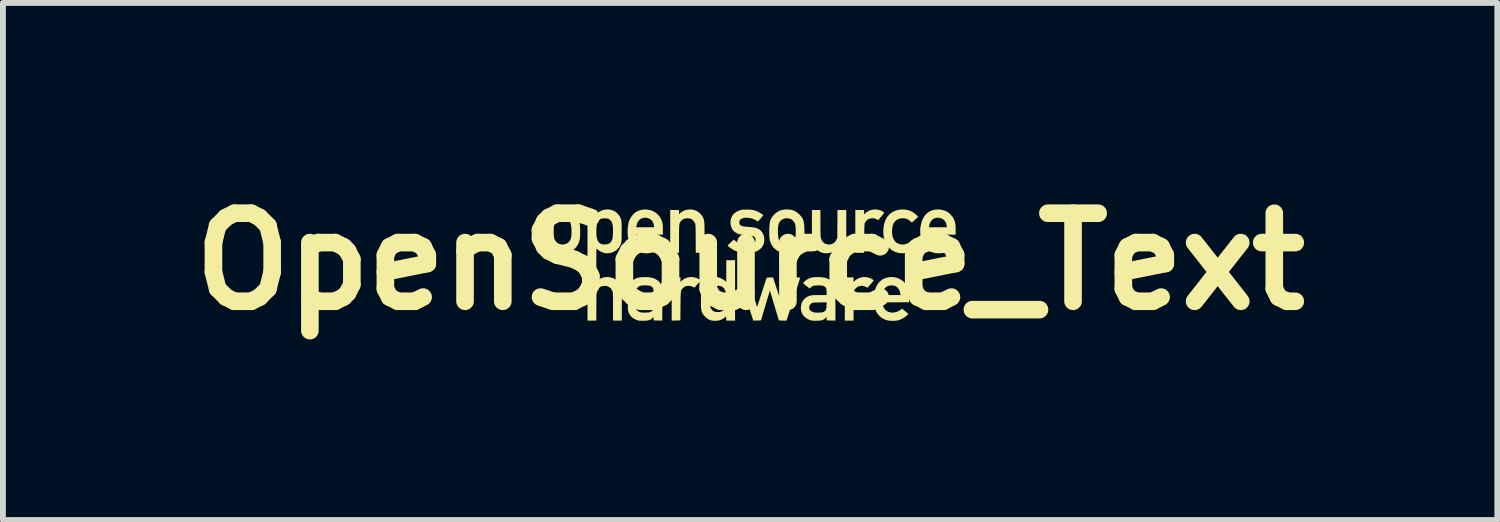
<source format=kicad_pcb>
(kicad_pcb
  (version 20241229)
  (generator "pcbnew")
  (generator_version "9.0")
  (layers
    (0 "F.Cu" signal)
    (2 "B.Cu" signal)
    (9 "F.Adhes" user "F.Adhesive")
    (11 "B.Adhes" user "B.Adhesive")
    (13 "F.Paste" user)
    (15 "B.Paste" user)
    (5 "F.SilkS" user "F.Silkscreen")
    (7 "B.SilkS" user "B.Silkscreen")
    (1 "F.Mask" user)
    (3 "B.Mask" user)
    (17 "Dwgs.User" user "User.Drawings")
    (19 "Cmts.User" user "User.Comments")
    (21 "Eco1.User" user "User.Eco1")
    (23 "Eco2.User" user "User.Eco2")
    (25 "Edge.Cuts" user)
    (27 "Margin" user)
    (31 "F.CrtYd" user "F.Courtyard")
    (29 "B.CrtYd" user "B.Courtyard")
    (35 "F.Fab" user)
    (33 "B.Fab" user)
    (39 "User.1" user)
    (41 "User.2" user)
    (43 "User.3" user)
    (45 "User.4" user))
  (footprint "OpenSource_Text"
    (layer "F.Cu")
    (at 9.729 1.404)
    (property "Reference" "OpenSource_Text" (at 0 0 0) (layer "F.SilkS") (effects (font (size 1.5 1.5) (thickness 0.3))))
    (attr board_only exclude_from_pos_files exclude_from_bom)
    (fp_poly (pts (xy 1.999 0.271) (xy 2.043 0.284) (xy 2.085 0.306) (xy 2.089 0.309) (xy 2.107 0.321) (xy 2.054 0.384) (xy 2.036 0.405) (xy 2.02 0.423) (xy 2.008 0.437) (xy 2 0.445) (xy 1.997 0.446) (xy 1.991 0.443) (xy 1.979 0.437) (xy 1.964 0.43) (xy 1.929 0.417) (xy 1.893 0.414) (xy 1.859 0.42) (xy 1.827 0.434) (xy 1.8 0.457) (xy 1.791 0.466) (xy 1.784 0.474) (xy 1.779 0.483) (xy 1.774 0.493) (xy 1.77 0.505) (xy 1.767 0.521) (xy 1.765 0.54) (xy 1.763 0.564) (xy 1.762 0.594) (xy 1.762 0.63) (xy 1.762 0.674) (xy 1.761 0.726) (xy 1.761 0.77) (xy 1.761 1.007) (xy 1.687 1.007) (xy 1.612 1.007) (xy 1.612 0.64) (xy 1.612 0.272) (xy 1.687 0.272) (xy 1.761 0.272) (xy 1.761 0.311) (xy 1.761 0.349) (xy 1.787 0.325) (xy 1.823 0.298) (xy 1.863 0.279) (xy 1.907 0.268) (xy 1.953 0.265)) (stroke (width 0) (type solid)) (fill yes) (layer "F.SilkS"))
    (fp_poly (pts (xy 2.175 -0.883) (xy 2.219 -0.871) (xy 2.249 -0.857) (xy 2.264 -0.848) (xy 2.274 -0.841) (xy 2.279 -0.834) (xy 2.279 -0.826) (xy 2.274 -0.815) (xy 2.263 -0.8) (xy 2.245 -0.78) (xy 2.233 -0.765) (xy 2.18 -0.702) (xy 2.162 -0.714) (xy 2.133 -0.729) (xy 2.103 -0.736) (xy 2.072 -0.736) (xy 2.035 -0.729) (xy 2.003 -0.714) (xy 1.977 -0.692) (xy 1.958 -0.664) (xy 1.953 -0.653) (xy 1.951 -0.647) (xy 1.949 -0.639) (xy 1.948 -0.63) (xy 1.947 -0.618) (xy 1.946 -0.601) (xy 1.945 -0.58) (xy 1.944 -0.553) (xy 1.944 -0.52) (xy 1.943 -0.479) (xy 1.943 -0.429) (xy 1.942 -0.389) (xy 1.941 -0.147) (xy 1.866 -0.147) (xy 1.791 -0.147) (xy 1.791 -0.512) (xy 1.791 -0.877) (xy 1.866 -0.877) (xy 1.941 -0.877) (xy 1.941 -0.84) (xy 1.941 -0.802) (xy 1.964 -0.824) (xy 1.999 -0.851) (xy 2.04 -0.871) (xy 2.084 -0.883) (xy 2.129 -0.887)) (stroke (width 0) (type solid)) (fill yes) (layer "F.SilkS"))
    (fp_poly (pts (xy -0.949 0.271) (xy -0.905 0.284) (xy -0.863 0.307) (xy -0.86 0.309) (xy -0.841 0.321) (xy -0.895 0.384) (xy -0.913 0.405) (xy -0.928 0.423) (xy -0.941 0.437) (xy -0.949 0.445) (xy -0.951 0.446) (xy -0.957 0.443) (xy -0.969 0.437) (xy -0.984 0.43) (xy -1.005 0.421) (xy -1.024 0.416) (xy -1.045 0.415) (xy -1.047 0.415) (xy -1.079 0.417) (xy -1.106 0.425) (xy -1.13 0.44) (xy -1.141 0.449) (xy -1.15 0.458) (xy -1.158 0.465) (xy -1.165 0.473) (xy -1.17 0.482) (xy -1.174 0.493) (xy -1.178 0.506) (xy -1.18 0.523) (xy -1.182 0.545) (xy -1.184 0.572) (xy -1.185 0.605) (xy -1.186 0.646) (xy -1.186 0.694) (xy -1.187 0.752) (xy -1.187 0.76) (xy -1.189 1.004) (xy -1.263 1.006) (xy -1.337 1.007) (xy -1.337 0.64) (xy -1.337 0.272) (xy -1.262 0.272) (xy -1.187 0.272) (xy -1.187 0.311) (xy -1.187 0.349) (xy -1.162 0.325) (xy -1.126 0.298) (xy -1.085 0.279) (xy -1.041 0.268) (xy -0.995 0.265)) (stroke (width 0) (type solid)) (fill yes) (layer "F.SilkS"))
    (fp_poly (pts (xy 1.197 -0.658) (xy 1.197 -0.599) (xy 1.197 -0.55) (xy 1.198 -0.509) (xy 1.199 -0.474) (xy 1.2 -0.446) (xy 1.201 -0.424) (xy 1.204 -0.406) (xy 1.206 -0.391) (xy 1.21 -0.379) (xy 1.214 -0.368) (xy 1.217 -0.362) (xy 1.237 -0.333) (xy 1.263 -0.311) (xy 1.295 -0.296) (xy 1.329 -0.289) (xy 1.365 -0.29) (xy 1.382 -0.294) (xy 1.414 -0.307) (xy 1.439 -0.325) (xy 1.459 -0.351) (xy 1.467 -0.366) (xy 1.484 -0.4) (xy 1.486 -0.638) (xy 1.487 -0.877) (xy 1.562 -0.877) (xy 1.637 -0.877) (xy 1.637 -0.512) (xy 1.637 -0.147) (xy 1.562 -0.147) (xy 1.487 -0.147) (xy 1.487 -0.185) (xy 1.487 -0.223) (xy 1.462 -0.202) (xy 1.423 -0.172) (xy 1.379 -0.152) (xy 1.333 -0.141) (xy 1.285 -0.139) (xy 1.241 -0.145) (xy 1.201 -0.159) (xy 1.163 -0.18) (xy 1.128 -0.206) (xy 1.1 -0.236) (xy 1.081 -0.265) (xy 1.074 -0.277) (xy 1.069 -0.288) (xy 1.065 -0.299) (xy 1.062 -0.311) (xy 1.059 -0.324) (xy 1.056 -0.34) (xy 1.055 -0.359) (xy 1.054 -0.383) (xy 1.053 -0.412) (xy 1.052 -0.447) (xy 1.052 -0.489) (xy 1.052 -0.539) (xy 1.052 -0.599) (xy 1.052 -0.611) (xy 1.052 -0.877) (xy 1.124 -0.877) (xy 1.197 -0.877)) (stroke (width 0) (type solid)) (fill yes) (layer "F.SilkS"))
    (fp_poly (pts (xy -0.975 -0.882) (xy -0.932 -0.869) (xy -0.892 -0.849) (xy -0.856 -0.821) (xy -0.826 -0.787) (xy -0.808 -0.758) (xy -0.801 -0.746) (xy -0.796 -0.734) (xy -0.791 -0.721) (xy -0.788 -0.708) (xy -0.785 -0.692) (xy -0.782 -0.674) (xy -0.78 -0.651) (xy -0.779 -0.623) (xy -0.778 -0.59) (xy -0.778 -0.55) (xy -0.777 -0.503) (xy -0.777 -0.447) (xy -0.777 -0.404) (xy -0.777 -0.147) (xy -0.852 -0.147) (xy -0.927 -0.147) (xy -0.928 -0.389) (xy -0.928 -0.444) (xy -0.929 -0.49) (xy -0.929 -0.528) (xy -0.929 -0.559) (xy -0.93 -0.583) (xy -0.931 -0.603) (xy -0.932 -0.617) (xy -0.933 -0.628) (xy -0.934 -0.637) (xy -0.936 -0.643) (xy -0.938 -0.649) (xy -0.941 -0.655) (xy -0.961 -0.687) (xy -0.987 -0.713) (xy -1.004 -0.724) (xy -1.017 -0.729) (xy -1.031 -0.733) (xy -1.049 -0.734) (xy -1.069 -0.735) (xy -1.092 -0.734) (xy -1.108 -0.733) (xy -1.121 -0.729) (xy -1.134 -0.724) (xy -1.141 -0.72) (xy -1.159 -0.708) (xy -1.175 -0.693) (xy -1.182 -0.685) (xy -1.189 -0.676) (xy -1.194 -0.667) (xy -1.199 -0.658) (xy -1.202 -0.647) (xy -1.205 -0.633) (xy -1.208 -0.617) (xy -1.209 -0.596) (xy -1.21 -0.57) (xy -1.211 -0.537) (xy -1.212 -0.498) (xy -1.212 -0.451) (xy -1.212 -0.395) (xy -1.212 -0.381) (xy -1.212 -0.147) (xy -1.287 -0.147) (xy -1.362 -0.147) (xy -1.362 -0.512) (xy -1.362 -0.877) (xy -1.287 -0.877) (xy -1.212 -0.877) (xy -1.212 -0.842) (xy -1.212 -0.806) (xy -1.188 -0.827) (xy -1.15 -0.855) (xy -1.108 -0.874) (xy -1.064 -0.884) (xy -1.019 -0.887)) (stroke (width 0) (type solid)) (fill yes) (layer "F.SilkS"))
    (fp_poly (pts (xy 2.615 -0.886) (xy 2.662 -0.881) (xy 2.702 -0.871) (xy 2.74 -0.856) (xy 2.766 -0.842) (xy 2.782 -0.832) (xy 2.8 -0.818) (xy 2.818 -0.804) (xy 2.835 -0.789) (xy 2.849 -0.776) (xy 2.858 -0.766) (xy 2.861 -0.762) (xy 2.857 -0.757) (xy 2.848 -0.747) (xy 2.833 -0.733) (xy 2.815 -0.717) (xy 2.808 -0.71) (xy 2.754 -0.662) (xy 2.73 -0.685) (xy 2.696 -0.711) (xy 2.659 -0.728) (xy 2.618 -0.736) (xy 2.61 -0.736) (xy 2.565 -0.734) (xy 2.526 -0.724) (xy 2.492 -0.706) (xy 2.464 -0.68) (xy 2.443 -0.647) (xy 2.427 -0.606) (xy 2.419 -0.558) (xy 2.416 -0.511) (xy 2.419 -0.461) (xy 2.429 -0.415) (xy 2.445 -0.376) (xy 2.467 -0.343) (xy 2.494 -0.318) (xy 2.525 -0.302) (xy 2.569 -0.29) (xy 2.612 -0.288) (xy 2.653 -0.296) (xy 2.693 -0.314) (xy 2.732 -0.342) (xy 2.736 -0.346) (xy 2.756 -0.363) (xy 2.804 -0.32) (xy 2.823 -0.303) (xy 2.839 -0.289) (xy 2.851 -0.278) (xy 2.857 -0.272) (xy 2.858 -0.272) (xy 2.858 -0.266) (xy 2.852 -0.255) (xy 2.839 -0.241) (xy 2.822 -0.225) (xy 2.802 -0.209) (xy 2.78 -0.193) (xy 2.757 -0.179) (xy 2.756 -0.178) (xy 2.711 -0.159) (xy 2.662 -0.146) (xy 2.61 -0.14) (xy 2.559 -0.141) (xy 2.534 -0.144) (xy 2.477 -0.16) (xy 2.427 -0.183) (xy 2.384 -0.214) (xy 2.347 -0.251) (xy 2.317 -0.297) (xy 2.294 -0.349) (xy 2.278 -0.408) (xy 2.271 -0.45) (xy 2.268 -0.514) (xy 2.272 -0.579) (xy 2.282 -0.637) (xy 2.299 -0.693) (xy 2.325 -0.743) (xy 2.357 -0.786) (xy 2.395 -0.822) (xy 2.44 -0.85) (xy 2.49 -0.871) (xy 2.544 -0.883) (xy 2.603 -0.886)) (stroke (width 0) (type solid)) (fill yes) (layer "F.SilkS"))
    (fp_poly (pts (xy 2.461 0.269) (xy 2.51 0.282) (xy 2.556 0.303) (xy 2.598 0.33) (xy 2.635 0.365) (xy 2.665 0.406) (xy 2.688 0.452) (xy 2.688 0.454) (xy 2.7 0.493) (xy 2.707 0.539) (xy 2.71 0.593) (xy 2.71 0.63) (xy 2.708 0.695) (xy 2.482 0.696) (xy 2.256 0.697) (xy 2.256 0.714) (xy 2.258 0.728) (xy 2.262 0.746) (xy 2.267 0.765) (xy 2.282 0.799) (xy 2.305 0.828) (xy 2.335 0.849) (xy 2.37 0.864) (xy 2.409 0.871) (xy 2.438 0.871) (xy 2.484 0.863) (xy 2.527 0.846) (xy 2.56 0.825) (xy 2.589 0.803) (xy 2.643 0.849) (xy 2.697 0.894) (xy 2.663 0.926) (xy 2.626 0.955) (xy 2.584 0.979) (xy 2.54 0.997) (xy 2.514 1.004) (xy 2.484 1.009) (xy 2.448 1.011) (xy 2.411 1.011) (xy 2.375 1.009) (xy 2.344 1.005) (xy 2.341 1.004) (xy 2.293 0.989) (xy 2.249 0.966) (xy 2.209 0.935) (xy 2.176 0.899) (xy 2.15 0.858) (xy 2.15 0.857) (xy 2.136 0.828) (xy 2.126 0.801) (xy 2.119 0.774) (xy 2.114 0.745) (xy 2.111 0.711) (xy 2.11 0.67) (xy 2.109 0.645) (xy 2.109 0.609) (xy 2.11 0.582) (xy 2.111 0.561) (xy 2.111 0.558) (xy 2.256 0.558) (xy 2.256 0.558) (xy 2.256 0.572) (xy 2.409 0.572) (xy 2.562 0.572) (xy 2.558 0.548) (xy 2.548 0.506) (xy 2.531 0.471) (xy 2.507 0.442) (xy 2.482 0.424) (xy 2.468 0.417) (xy 2.454 0.412) (xy 2.435 0.409) (xy 2.416 0.408) (xy 2.38 0.409) (xy 2.351 0.416) (xy 2.325 0.429) (xy 2.301 0.45) (xy 2.299 0.452) (xy 2.283 0.474) (xy 2.269 0.502) (xy 2.26 0.531) (xy 2.256 0.558) (xy 2.111 0.558) (xy 2.113 0.543) (xy 2.115 0.526) (xy 2.119 0.509) (xy 2.12 0.505) (xy 2.138 0.45) (xy 2.163 0.4) (xy 2.194 0.358) (xy 2.23 0.323) (xy 2.272 0.296) (xy 2.305 0.282) (xy 2.357 0.269) (xy 2.41 0.265)) (stroke (width 0) (type solid)) (fill yes) (layer "F.SilkS"))
    (fp_poly (pts (xy -1.748 -0.884) (xy -1.696 -0.873) (xy -1.646 -0.854) (xy -1.645 -0.853) (xy -1.614 -0.834) (xy -1.582 -0.808) (xy -1.553 -0.778) (xy -1.53 -0.746) (xy -1.523 -0.734) (xy -1.51 -0.706) (xy -1.5 -0.678) (xy -1.493 -0.648) (xy -1.489 -0.614) (xy -1.487 -0.573) (xy -1.487 -0.541) (xy -1.487 -0.457) (xy -1.714 -0.457) (xy -1.942 -0.457) (xy -1.939 -0.431) (xy -1.929 -0.388) (xy -1.912 -0.352) (xy -1.888 -0.323) (xy -1.857 -0.301) (xy -1.819 -0.286) (xy -1.802 -0.282) (xy -1.759 -0.28) (xy -1.716 -0.287) (xy -1.673 -0.303) (xy -1.632 -0.329) (xy -1.625 -0.334) (xy -1.607 -0.349) (xy -1.573 -0.321) (xy -1.555 -0.305) (xy -1.536 -0.29) (xy -1.521 -0.277) (xy -1.519 -0.275) (xy -1.499 -0.258) (xy -1.522 -0.235) (xy -1.562 -0.2) (xy -1.609 -0.173) (xy -1.66 -0.154) (xy -1.716 -0.142) (xy -1.774 -0.138) (xy -1.828 -0.143) (xy -1.882 -0.155) (xy -1.93 -0.176) (xy -1.973 -0.205) (xy -2.009 -0.241) (xy -2.039 -0.285) (xy -2.062 -0.335) (xy -2.071 -0.362) (xy -2.082 -0.414) (xy -2.087 -0.47) (xy -2.088 -0.53) (xy -2.084 -0.584) (xy -1.941 -0.584) (xy -1.937 -0.583) (xy -1.923 -0.583) (xy -1.902 -0.583) (xy -1.874 -0.582) (xy -1.842 -0.582) (xy -1.805 -0.582) (xy -1.788 -0.582) (xy -1.635 -0.582) (xy -1.638 -0.608) (xy -1.644 -0.633) (xy -1.654 -0.66) (xy -1.667 -0.685) (xy -1.68 -0.704) (xy -1.681 -0.704) (xy -1.704 -0.722) (xy -1.733 -0.736) (xy -1.765 -0.745) (xy -1.774 -0.746) (xy -1.813 -0.744) (xy -1.849 -0.734) (xy -1.879 -0.716) (xy -1.904 -0.69) (xy -1.923 -0.656) (xy -1.935 -0.617) (xy -1.936 -0.615) (xy -1.939 -0.599) (xy -1.941 -0.588) (xy -1.941 -0.584) (xy -2.084 -0.584) (xy -2.084 -0.589) (xy -2.075 -0.645) (xy -2.074 -0.651) (xy -2.059 -0.697) (xy -2.037 -0.742) (xy -2.01 -0.782) (xy -1.978 -0.817) (xy -1.946 -0.842) (xy -1.901 -0.865) (xy -1.852 -0.88) (xy -1.8 -0.886)) (stroke (width 0) (type solid)) (fill yes) (layer "F.SilkS"))
    (fp_poly (pts (xy -3.162 -0.884) (xy -3.13 -0.881) (xy -3.104 -0.876) (xy -3.101 -0.875) (xy -3.052 -0.855) (xy -3.011 -0.829) (xy -2.975 -0.796) (xy -2.956 -0.773) (xy -2.938 -0.747) (xy -2.925 -0.722) (xy -2.914 -0.694) (xy -2.906 -0.663) (xy -2.901 -0.627) (xy -2.898 -0.584) (xy -2.896 -0.534) (xy -2.896 -0.512) (xy -2.897 -0.468) (xy -2.898 -0.429) (xy -2.9 -0.397) (xy -2.903 -0.376) (xy -2.917 -0.325) (xy -2.94 -0.278) (xy -2.97 -0.237) (xy -3.007 -0.201) (xy -3.051 -0.173) (xy -3.1 -0.152) (xy -3.106 -0.15) (xy -3.129 -0.145) (xy -3.158 -0.142) (xy -3.19 -0.14) (xy -3.221 -0.14) (xy -3.248 -0.142) (xy -3.254 -0.143) (xy -3.304 -0.156) (xy -3.351 -0.179) (xy -3.393 -0.209) (xy -3.429 -0.246) (xy -3.457 -0.288) (xy -3.463 -0.299) (xy -3.474 -0.324) (xy -3.482 -0.352) (xy -3.488 -0.382) (xy -3.492 -0.418) (xy -3.495 -0.461) (xy -3.495 -0.511) (xy -3.495 -0.517) (xy -3.495 -0.529) (xy -3.347 -0.529) (xy -3.347 -0.488) (xy -3.345 -0.45) (xy -3.341 -0.416) (xy -3.336 -0.389) (xy -3.331 -0.374) (xy -3.312 -0.343) (xy -3.286 -0.318) (xy -3.256 -0.301) (xy -3.222 -0.291) (xy -3.186 -0.289) (xy -3.15 -0.296) (xy -3.13 -0.303) (xy -3.102 -0.32) (xy -3.08 -0.341) (xy -3.064 -0.367) (xy -3.053 -0.4) (xy -3.046 -0.441) (xy -3.045 -0.449) (xy -3.042 -0.494) (xy -3.043 -0.538) (xy -3.046 -0.579) (xy -3.051 -0.616) (xy -3.059 -0.647) (xy -3.068 -0.67) (xy -3.069 -0.672) (xy -3.092 -0.7) (xy -3.12 -0.72) (xy -3.154 -0.732) (xy -3.184 -0.736) (xy -3.224 -0.735) (xy -3.26 -0.725) (xy -3.289 -0.707) (xy -3.313 -0.681) (xy -3.326 -0.66) (xy -3.333 -0.644) (xy -3.338 -0.63) (xy -3.341 -0.613) (xy -3.344 -0.592) (xy -3.345 -0.571) (xy -3.347 -0.529) (xy -3.495 -0.529) (xy -3.494 -0.567) (xy -3.492 -0.609) (xy -3.488 -0.645) (xy -3.482 -0.675) (xy -3.475 -0.702) (xy -3.472 -0.71) (xy -3.451 -0.751) (xy -3.422 -0.789) (xy -3.387 -0.822) (xy -3.346 -0.85) (xy -3.303 -0.87) (xy -3.293 -0.873) (xy -3.266 -0.88) (xy -3.233 -0.884) (xy -3.198 -0.885)) (stroke (width 0) (type solid)) (fill yes) (layer "F.SilkS"))
    (fp_poly (pts (xy 0.681 -0.883) (xy 0.73 -0.871) (xy 0.774 -0.851) (xy 0.815 -0.822) (xy 0.837 -0.802) (xy 0.86 -0.778) (xy 0.879 -0.753) (xy 0.894 -0.729) (xy 0.905 -0.702) (xy 0.913 -0.671) (xy 0.919 -0.635) (xy 0.922 -0.593) (xy 0.924 -0.544) (xy 0.924 -0.51) (xy 0.924 -0.471) (xy 0.923 -0.441) (xy 0.922 -0.418) (xy 0.921 -0.4) (xy 0.919 -0.384) (xy 0.917 -0.371) (xy 0.913 -0.357) (xy 0.913 -0.356) (xy 0.896 -0.307) (xy 0.873 -0.266) (xy 0.842 -0.228) (xy 0.837 -0.223) (xy 0.797 -0.189) (xy 0.751 -0.164) (xy 0.702 -0.147) (xy 0.649 -0.139) (xy 0.595 -0.139) (xy 0.571 -0.143) (xy 0.519 -0.156) (xy 0.472 -0.178) (xy 0.429 -0.207) (xy 0.393 -0.243) (xy 0.365 -0.284) (xy 0.356 -0.3) (xy 0.347 -0.322) (xy 0.339 -0.344) (xy 0.334 -0.368) (xy 0.33 -0.394) (xy 0.327 -0.426) (xy 0.326 -0.463) (xy 0.325 -0.509) (xy 0.325 -0.515) (xy 0.326 -0.52) (xy 0.473 -0.52) (xy 0.473 -0.487) (xy 0.475 -0.448) (xy 0.478 -0.417) (xy 0.483 -0.392) (xy 0.49 -0.371) (xy 0.5 -0.353) (xy 0.509 -0.34) (xy 0.533 -0.317) (xy 0.562 -0.301) (xy 0.596 -0.291) (xy 0.632 -0.289) (xy 0.668 -0.294) (xy 0.671 -0.295) (xy 0.705 -0.31) (xy 0.732 -0.332) (xy 0.753 -0.362) (xy 0.768 -0.399) (xy 0.772 -0.422) (xy 0.775 -0.447) (xy 0.776 -0.478) (xy 0.777 -0.512) (xy 0.776 -0.547) (xy 0.774 -0.58) (xy 0.771 -0.61) (xy 0.767 -0.633) (xy 0.764 -0.642) (xy 0.75 -0.67) (xy 0.73 -0.695) (xy 0.705 -0.716) (xy 0.678 -0.729) (xy 0.677 -0.729) (xy 0.638 -0.736) (xy 0.601 -0.735) (xy 0.566 -0.726) (xy 0.535 -0.71) (xy 0.528 -0.704) (xy 0.51 -0.685) (xy 0.495 -0.663) (xy 0.485 -0.637) (xy 0.478 -0.605) (xy 0.474 -0.566) (xy 0.473 -0.52) (xy 0.326 -0.52) (xy 0.326 -0.57) (xy 0.329 -0.616) (xy 0.333 -0.655) (xy 0.341 -0.689) (xy 0.351 -0.718) (xy 0.365 -0.745) (xy 0.383 -0.77) (xy 0.405 -0.794) (xy 0.412 -0.802) (xy 0.451 -0.835) (xy 0.491 -0.86) (xy 0.536 -0.876) (xy 0.585 -0.885) (xy 0.627 -0.887)) (stroke (width 0) (type solid)) (fill yes) (layer "F.SilkS"))
    (fp_poly (pts (xy -0.257 0.492) (xy -0.257 1.007) (xy -0.332 1.007) (xy -0.407 1.007) (xy -0.408 0.971) (xy -0.41 0.936) (xy -0.435 0.956) (xy -0.475 0.983) (xy -0.516 1) (xy -0.56 1.01) (xy -0.597 1.011) (xy -0.62 1.01) (xy -0.643 1.008) (xy -0.66 1.005) (xy -0.663 1.005) (xy -0.682 0.998) (xy -0.702 0.99) (xy -0.71 0.986) (xy -0.731 0.973) (xy -0.755 0.954) (xy -0.777 0.931) (xy -0.797 0.907) (xy -0.812 0.885) (xy -0.813 0.882) (xy -0.82 0.866) (xy -0.826 0.851) (xy -0.83 0.835) (xy -0.833 0.817) (xy -0.836 0.796) (xy -0.838 0.771) (xy -0.839 0.739) (xy -0.839 0.701) (xy -0.839 0.67) (xy -0.691 0.67) (xy -0.689 0.716) (xy -0.683 0.754) (xy -0.675 0.785) (xy -0.663 0.81) (xy -0.647 0.829) (xy -0.64 0.835) (xy -0.622 0.848) (xy -0.602 0.856) (xy -0.579 0.86) (xy -0.55 0.862) (xy -0.526 0.861) (xy -0.508 0.858) (xy -0.491 0.853) (xy -0.484 0.85) (xy -0.457 0.832) (xy -0.435 0.806) (xy -0.42 0.773) (xy -0.419 0.77) (xy -0.415 0.75) (xy -0.412 0.721) (xy -0.409 0.683) (xy -0.409 0.665) (xy -0.408 0.61) (xy -0.41 0.564) (xy -0.416 0.526) (xy -0.425 0.495) (xy -0.437 0.47) (xy -0.453 0.45) (xy -0.457 0.445) (xy -0.479 0.429) (xy -0.504 0.42) (xy -0.534 0.415) (xy -0.55 0.415) (xy -0.588 0.419) (xy -0.621 0.43) (xy -0.647 0.45) (xy -0.668 0.477) (xy -0.678 0.5) (xy -0.682 0.513) (xy -0.685 0.527) (xy -0.688 0.543) (xy -0.689 0.565) (xy -0.69 0.593) (xy -0.691 0.616) (xy -0.691 0.67) (xy -0.839 0.67) (xy -0.839 0.654) (xy -0.839 0.637) (xy -0.839 0.583) (xy -0.838 0.537) (xy -0.837 0.499) (xy -0.834 0.468) (xy -0.83 0.442) (xy -0.824 0.42) (xy -0.817 0.4) (xy -0.807 0.383) (xy -0.795 0.366) (xy -0.78 0.349) (xy -0.771 0.34) (xy -0.735 0.308) (xy -0.695 0.285) (xy -0.652 0.27) (xy -0.607 0.264) (xy -0.561 0.267) (xy -0.516 0.279) (xy -0.472 0.299) (xy -0.436 0.324) (xy -0.407 0.347) (xy -0.407 0.162) (xy -0.407 -0.022) (xy -0.332 -0.022) (xy -0.257 -0.022)) (stroke (width 0) (type solid)) (fill yes) (layer "F.SilkS"))
    (fp_poly (pts (xy 3.251 -0.883) (xy 3.301 -0.87) (xy 3.347 -0.851) (xy 3.38 -0.83) (xy 3.412 -0.801) (xy 3.44 -0.769) (xy 3.463 -0.735) (xy 3.468 -0.726) (xy 3.479 -0.699) (xy 3.488 -0.673) (xy 3.494 -0.646) (xy 3.498 -0.615) (xy 3.5 -0.578) (xy 3.5 -0.538) (xy 3.5 -0.457) (xy 3.273 -0.457) (xy 3.219 -0.457) (xy 3.173 -0.457) (xy 3.136 -0.457) (xy 3.107 -0.457) (xy 3.084 -0.456) (xy 3.068 -0.455) (xy 3.056 -0.452) (xy 3.049 -0.449) (xy 3.046 -0.445) (xy 3.045 -0.439) (xy 3.046 -0.432) (xy 3.048 -0.423) (xy 3.051 -0.412) (xy 3.051 -0.411) (xy 3.064 -0.371) (xy 3.084 -0.338) (xy 3.11 -0.313) (xy 3.144 -0.294) (xy 3.185 -0.283) (xy 3.187 -0.282) (xy 3.216 -0.279) (xy 3.244 -0.281) (xy 3.248 -0.282) (xy 3.273 -0.288) (xy 3.3 -0.298) (xy 3.326 -0.31) (xy 3.347 -0.323) (xy 3.359 -0.333) (xy 3.369 -0.342) (xy 3.376 -0.347) (xy 3.378 -0.347) (xy 3.383 -0.344) (xy 3.394 -0.336) (xy 3.409 -0.324) (xy 3.427 -0.31) (xy 3.445 -0.295) (xy 3.462 -0.28) (xy 3.477 -0.267) (xy 3.483 -0.262) (xy 3.482 -0.256) (xy 3.475 -0.245) (xy 3.47 -0.239) (xy 3.433 -0.207) (xy 3.39 -0.18) (xy 3.343 -0.158) (xy 3.316 -0.15) (xy 3.289 -0.145) (xy 3.257 -0.141) (xy 3.222 -0.14) (xy 3.188 -0.14) (xy 3.161 -0.142) (xy 3.16 -0.142) (xy 3.104 -0.155) (xy 3.056 -0.176) (xy 3.013 -0.204) (xy 2.978 -0.239) (xy 2.948 -0.282) (xy 2.926 -0.333) (xy 2.909 -0.391) (xy 2.9 -0.456) (xy 2.898 -0.475) (xy 2.897 -0.541) (xy 2.901 -0.582) (xy 3.045 -0.582) (xy 3.198 -0.582) (xy 3.352 -0.582) (xy 3.348 -0.608) (xy 3.339 -0.648) (xy 3.322 -0.682) (xy 3.298 -0.709) (xy 3.269 -0.73) (xy 3.234 -0.742) (xy 3.214 -0.745) (xy 3.175 -0.745) (xy 3.139 -0.735) (xy 3.109 -0.718) (xy 3.084 -0.692) (xy 3.064 -0.658) (xy 3.051 -0.618) (xy 3.048 -0.603) (xy 3.045 -0.582) (xy 2.901 -0.582) (xy 2.904 -0.603) (xy 2.917 -0.662) (xy 2.936 -0.715) (xy 2.962 -0.763) (xy 2.993 -0.803) (xy 3.016 -0.825) (xy 3.056 -0.852) (xy 3.101 -0.871) (xy 3.15 -0.883) (xy 3.2 -0.887)) (stroke (width 0) (type solid)) (fill yes) (layer "F.SilkS"))
    (fp_poly (pts (xy 0.472 0.524) (xy 0.488 0.572) (xy 0.503 0.617) (xy 0.516 0.658) (xy 0.528 0.694) (xy 0.539 0.725) (xy 0.547 0.748) (xy 0.553 0.765) (xy 0.556 0.773) (xy 0.557 0.774) (xy 0.559 0.769) (xy 0.563 0.755) (xy 0.569 0.733) (xy 0.577 0.705) (xy 0.587 0.67) (xy 0.598 0.63) (xy 0.61 0.586) (xy 0.623 0.539) (xy 0.628 0.523) (xy 0.696 0.275) (xy 0.774 0.273) (xy 0.801 0.273) (xy 0.823 0.273) (xy 0.841 0.274) (xy 0.85 0.275) (xy 0.852 0.276) (xy 0.851 0.281) (xy 0.846 0.295) (xy 0.84 0.317) (xy 0.83 0.347) (xy 0.819 0.383) (xy 0.806 0.424) (xy 0.791 0.471) (xy 0.775 0.523) (xy 0.757 0.577) (xy 0.739 0.635) (xy 0.736 0.643) (xy 0.62 1.007) (xy 0.556 1.007) (xy 0.53 1.007) (xy 0.512 1.006) (xy 0.5 1.005) (xy 0.493 1.003) (xy 0.49 1) (xy 0.487 0.996) (xy 0.485 0.989) (xy 0.48 0.973) (xy 0.473 0.95) (xy 0.464 0.92) (xy 0.453 0.886) (xy 0.442 0.847) (xy 0.429 0.805) (xy 0.425 0.79) (xy 0.411 0.745) (xy 0.398 0.701) (xy 0.386 0.66) (xy 0.375 0.623) (xy 0.365 0.591) (xy 0.358 0.565) (xy 0.352 0.547) (xy 0.351 0.545) (xy 0.336 0.495) (xy 0.26 0.75) (xy 0.184 1.004) (xy 0.118 1.006) (xy 0.053 1.007) (xy 0.02 0.906) (xy 0.012 0.881) (xy 0.002 0.848) (xy -0.011 0.809) (xy -0.025 0.763) (xy -0.041 0.714) (xy -0.058 0.662) (xy -0.075 0.609) (xy -0.092 0.555) (xy -0.097 0.54) (xy -0.181 0.275) (xy -0.104 0.273) (xy -0.077 0.273) (xy -0.054 0.273) (xy -0.037 0.273) (xy -0.026 0.273) (xy -0.025 0.274) (xy -0.023 0.279) (xy -0.019 0.292) (xy -0.013 0.314) (xy -0.005 0.342) (xy 0.005 0.377) (xy 0.016 0.417) (xy 0.028 0.46) (xy 0.041 0.508) (xy 0.046 0.526) (xy 0.059 0.574) (xy 0.071 0.619) (xy 0.083 0.66) (xy 0.093 0.696) (xy 0.102 0.726) (xy 0.109 0.75) (xy 0.114 0.765) (xy 0.117 0.773) (xy 0.118 0.773) (xy 0.12 0.768) (xy 0.125 0.754) (xy 0.132 0.732) (xy 0.142 0.704) (xy 0.153 0.669) (xy 0.166 0.63) (xy 0.18 0.587) (xy 0.196 0.54) (xy 0.201 0.522) (xy 0.281 0.275) (xy 0.336 0.273) (xy 0.39 0.272)) (stroke (width 0) (type solid)) (fill yes) (layer "F.SilkS"))
    (fp_poly (pts (xy -0.057 -0.884) (xy -0.013 -0.883) (xy 0.024 -0.88) (xy 0.056 -0.875) (xy 0.086 -0.867) (xy 0.114 -0.856) (xy 0.133 -0.847) (xy 0.153 -0.836) (xy 0.174 -0.824) (xy 0.193 -0.812) (xy 0.208 -0.801) (xy 0.219 -0.792) (xy 0.222 -0.787) (xy 0.219 -0.782) (xy 0.211 -0.771) (xy 0.199 -0.756) (xy 0.184 -0.739) (xy 0.169 -0.721) (xy 0.155 -0.705) (xy 0.143 -0.692) (xy 0.134 -0.684) (xy 0.131 -0.682) (xy 0.124 -0.685) (xy 0.114 -0.691) (xy 0.112 -0.692) (xy 0.079 -0.712) (xy 0.042 -0.728) (xy 0.004 -0.738) (xy -0.035 -0.744) (xy -0.072 -0.746) (xy -0.106 -0.742) (xy -0.136 -0.733) (xy -0.161 -0.72) (xy -0.174 -0.706) (xy -0.183 -0.688) (xy -0.185 -0.666) (xy -0.183 -0.645) (xy -0.175 -0.627) (xy -0.172 -0.625) (xy -0.163 -0.616) (xy -0.151 -0.609) (xy -0.137 -0.603) (xy -0.118 -0.598) (xy -0.093 -0.595) (xy -0.061 -0.591) (xy -0.035 -0.589) (xy 0.006 -0.586) (xy 0.039 -0.582) (xy 0.065 -0.579) (xy 0.086 -0.575) (xy 0.104 -0.57) (xy 0.119 -0.565) (xy 0.135 -0.558) (xy 0.137 -0.557) (xy 0.171 -0.534) (xy 0.199 -0.504) (xy 0.221 -0.468) (xy 0.235 -0.427) (xy 0.241 -0.382) (xy 0.241 -0.348) (xy 0.233 -0.305) (xy 0.216 -0.266) (xy 0.191 -0.231) (xy 0.157 -0.201) (xy 0.116 -0.176) (xy 0.068 -0.157) (xy 0.05 -0.152) (xy 0.02 -0.146) (xy -0.016 -0.142) (xy -0.053 -0.14) (xy -0.088 -0.14) (xy -0.118 -0.142) (xy -0.123 -0.142) (xy -0.189 -0.157) (xy -0.248 -0.179) (xy -0.251 -0.18) (xy -0.275 -0.192) (xy -0.301 -0.207) (xy -0.327 -0.224) (xy -0.35 -0.241) (xy -0.367 -0.255) (xy -0.373 -0.26) (xy -0.385 -0.273) (xy -0.333 -0.322) (xy -0.28 -0.371) (xy -0.248 -0.346) (xy -0.205 -0.317) (xy -0.162 -0.298) (xy -0.116 -0.286) (xy -0.064 -0.281) (xy -0.05 -0.281) (xy -0.006 -0.284) (xy 0.03 -0.293) (xy 0.058 -0.307) (xy 0.078 -0.327) (xy 0.087 -0.344) (xy 0.092 -0.369) (xy 0.089 -0.393) (xy 0.077 -0.413) (xy 0.059 -0.428) (xy 0.054 -0.431) (xy 0.042 -0.434) (xy 0.023 -0.437) (xy -0.004 -0.441) (xy -0.035 -0.445) (xy -0.062 -0.448) (xy -0.094 -0.451) (xy -0.125 -0.455) (xy -0.153 -0.459) (xy -0.175 -0.462) (xy -0.188 -0.465) (xy -0.216 -0.476) (xy -0.245 -0.491) (xy -0.27 -0.509) (xy -0.289 -0.527) (xy -0.312 -0.562) (xy -0.328 -0.603) (xy -0.335 -0.646) (xy -0.334 -0.691) (xy -0.333 -0.698) (xy -0.322 -0.743) (xy -0.303 -0.781) (xy -0.277 -0.814) (xy -0.242 -0.841) (xy -0.199 -0.863) (xy -0.179 -0.87) (xy -0.164 -0.876) (xy -0.151 -0.879) (xy -0.137 -0.882) (xy -0.122 -0.883) (xy -0.102 -0.884) (xy -0.075 -0.884)) (stroke (width 0) (type solid)) (fill yes) (layer "F.SilkS"))
    (fp_poly (pts (xy -1.746 0.267) (xy -1.705 0.272) (xy -1.67 0.279) (xy -1.637 0.289) (xy -1.613 0.3) (xy -1.574 0.324) (xy -1.543 0.354) (xy -1.52 0.39) (xy -1.504 0.432) (xy -1.502 0.441) (xy -1.501 0.454) (xy -1.499 0.476) (xy -1.498 0.509) (xy -1.498 0.551) (xy -1.497 0.603) (xy -1.497 0.665) (xy -1.497 0.736) (xy -1.497 0.737) (xy -1.497 1.007) (xy -1.57 1.006) (xy -1.644 1.004) (xy -1.646 0.975) (xy -1.647 0.946) (xy -1.667 0.966) (xy -1.685 0.982) (xy -1.705 0.994) (xy -1.729 1.002) (xy -1.758 1.007) (xy -1.794 1.009) (xy -1.811 1.01) (xy -1.838 1.01) (xy -1.863 1.01) (xy -1.884 1.009) (xy -1.898 1.007) (xy -1.899 1.007) (xy -1.947 0.992) (xy -1.989 0.97) (xy -2.024 0.941) (xy -2.052 0.906) (xy -2.072 0.865) (xy -2.083 0.821) (xy -2.085 0.777) (xy -2.084 0.773) (xy -1.944 0.773) (xy -1.944 0.789) (xy -1.938 0.813) (xy -1.927 0.832) (xy -1.911 0.846) (xy -1.886 0.859) (xy -1.875 0.863) (xy -1.861 0.867) (xy -1.847 0.87) (xy -1.829 0.871) (xy -1.805 0.871) (xy -1.784 0.871) (xy -1.756 0.87) (xy -1.736 0.869) (xy -1.721 0.867) (xy -1.709 0.863) (xy -1.698 0.859) (xy -1.694 0.857) (xy -1.677 0.847) (xy -1.665 0.836) (xy -1.656 0.821) (xy -1.651 0.801) (xy -1.648 0.775) (xy -1.647 0.753) (xy -1.645 0.696) (xy -1.762 0.698) (xy -1.799 0.699) (xy -1.828 0.699) (xy -1.85 0.7) (xy -1.865 0.701) (xy -1.877 0.703) (xy -1.886 0.705) (xy -1.893 0.708) (xy -1.9 0.711) (xy -1.901 0.712) (xy -1.922 0.728) (xy -1.937 0.749) (xy -1.944 0.773) (xy -2.084 0.773) (xy -2.078 0.734) (xy -2.063 0.693) (xy -2.041 0.656) (xy -2.011 0.625) (xy -1.983 0.605) (xy -1.965 0.595) (xy -1.946 0.587) (xy -1.924 0.582) (xy -1.898 0.577) (xy -1.867 0.575) (xy -1.829 0.573) (xy -1.783 0.572) (xy -1.766 0.572) (xy -1.647 0.572) (xy -1.647 0.521) (xy -1.647 0.49) (xy -1.651 0.467) (xy -1.657 0.449) (xy -1.668 0.436) (xy -1.683 0.426) (xy -1.689 0.422) (xy -1.701 0.417) (xy -1.712 0.413) (xy -1.725 0.411) (xy -1.743 0.409) (xy -1.767 0.408) (xy -1.78 0.408) (xy -1.818 0.408) (xy -1.848 0.41) (xy -1.871 0.415) (xy -1.89 0.422) (xy -1.906 0.433) (xy -1.915 0.442) (xy -1.933 0.461) (xy -1.988 0.419) (xy -2.009 0.403) (xy -2.026 0.389) (xy -2.038 0.379) (xy -2.045 0.372) (xy -2.046 0.371) (xy -2.043 0.365) (xy -2.034 0.354) (xy -2.021 0.341) (xy -2.005 0.327) (xy -1.988 0.313) (xy -1.971 0.302) (xy -1.96 0.296) (xy -1.931 0.284) (xy -1.901 0.275) (xy -1.867 0.269) (xy -1.828 0.267) (xy -1.794 0.266)) (stroke (width 0) (type solid)) (fill yes) (layer "F.SilkS"))
    (fp_poly (pts (xy 1.203 0.268) (xy 1.244 0.272) (xy 1.28 0.279) (xy 1.313 0.29) (xy 1.334 0.299) (xy 1.373 0.323) (xy 1.404 0.353) (xy 1.428 0.389) (xy 1.444 0.431) (xy 1.446 0.441) (xy 1.448 0.454) (xy 1.449 0.476) (xy 1.45 0.509) (xy 1.451 0.551) (xy 1.451 0.603) (xy 1.452 0.665) (xy 1.452 0.736) (xy 1.452 0.737) (xy 1.452 1.007) (xy 1.378 1.006) (xy 1.304 1.004) (xy 1.303 0.975) (xy 1.301 0.946) (xy 1.281 0.966) (xy 1.263 0.982) (xy 1.243 0.994) (xy 1.219 1.002) (xy 1.19 1.007) (xy 1.154 1.009) (xy 1.137 1.01) (xy 1.11 1.01) (xy 1.085 1.01) (xy 1.064 1.009) (xy 1.05 1.007) (xy 1.049 1.007) (xy 1.002 0.992) (xy 0.96 0.97) (xy 0.925 0.942) (xy 0.897 0.908) (xy 0.877 0.87) (xy 0.866 0.827) (xy 0.863 0.782) (xy 1.005 0.782) (xy 1.008 0.807) (xy 1.018 0.828) (xy 1.035 0.844) (xy 1.061 0.858) (xy 1.074 0.863) (xy 1.087 0.867) (xy 1.101 0.87) (xy 1.12 0.871) (xy 1.144 0.871) (xy 1.164 0.871) (xy 1.192 0.87) (xy 1.212 0.869) (xy 1.227 0.867) (xy 1.239 0.863) (xy 1.251 0.859) (xy 1.254 0.857) (xy 1.271 0.847) (xy 1.284 0.836) (xy 1.292 0.821) (xy 1.297 0.801) (xy 1.3 0.775) (xy 1.301 0.753) (xy 1.303 0.696) (xy 1.186 0.698) (xy 1.149 0.699) (xy 1.12 0.699) (xy 1.099 0.7) (xy 1.083 0.701) (xy 1.071 0.703) (xy 1.063 0.705) (xy 1.056 0.708) (xy 1.048 0.711) (xy 1.047 0.712) (xy 1.024 0.73) (xy 1.01 0.752) (xy 1.005 0.779) (xy 1.005 0.782) (xy 0.863 0.782) (xy 0.863 0.781) (xy 0.866 0.754) (xy 0.877 0.711) (xy 0.896 0.672) (xy 0.92 0.642) (xy 0.947 0.617) (xy 0.975 0.6) (xy 1.01 0.586) (xy 1.025 0.582) (xy 1.039 0.579) (xy 1.053 0.576) (xy 1.07 0.575) (xy 1.089 0.573) (xy 1.115 0.573) (xy 1.147 0.572) (xy 1.183 0.572) (xy 1.302 0.572) (xy 1.302 0.521) (xy 1.301 0.49) (xy 1.298 0.467) (xy 1.291 0.449) (xy 1.28 0.436) (xy 1.265 0.426) (xy 1.259 0.422) (xy 1.248 0.417) (xy 1.237 0.413) (xy 1.223 0.411) (xy 1.206 0.409) (xy 1.181 0.408) (xy 1.168 0.408) (xy 1.131 0.408) (xy 1.102 0.41) (xy 1.079 0.414) (xy 1.06 0.422) (xy 1.044 0.433) (xy 1.034 0.442) (xy 1.016 0.461) (xy 0.96 0.419) (xy 0.94 0.403) (xy 0.923 0.389) (xy 0.91 0.379) (xy 0.903 0.372) (xy 0.903 0.371) (xy 0.905 0.365) (xy 0.914 0.354) (xy 0.927 0.341) (xy 0.943 0.327) (xy 0.961 0.313) (xy 0.977 0.302) (xy 0.988 0.296) (xy 1.017 0.284) (xy 1.047 0.275) (xy 1.081 0.269) (xy 1.12 0.267) (xy 1.154 0.266)) (stroke (width 0) (type solid)) (fill yes) (layer "F.SilkS"))
    (fp_poly (pts (xy -2.377 -0.881) (xy -2.332 -0.867) (xy -2.314 -0.858) (xy -2.291 -0.843) (xy -2.267 -0.822) (xy -2.244 -0.798) (xy -2.225 -0.774) (xy -2.215 -0.756) (xy -2.208 -0.741) (xy -2.202 -0.726) (xy -2.198 -0.71) (xy -2.195 -0.692) (xy -2.192 -0.67) (xy -2.19 -0.645) (xy -2.189 -0.613) (xy -2.189 -0.574) (xy -2.189 -0.526) (xy -2.189 -0.515) (xy -2.189 -0.465) (xy -2.189 -0.424) (xy -2.19 -0.39) (xy -2.192 -0.362) (xy -2.194 -0.34) (xy -2.197 -0.321) (xy -2.202 -0.305) (xy -2.207 -0.289) (xy -2.214 -0.274) (xy -2.216 -0.269) (xy -2.24 -0.232) (xy -2.271 -0.199) (xy -2.308 -0.173) (xy -2.349 -0.154) (xy -2.394 -0.142) (xy -2.439 -0.139) (xy -2.469 -0.141) (xy -2.502 -0.15) (xy -2.537 -0.164) (xy -2.57 -0.182) (xy -2.594 -0.2) (xy -2.606 -0.209) (xy -2.615 -0.216) (xy -2.618 -0.217) (xy -2.619 -0.213) (xy -2.619 -0.199) (xy -2.62 -0.176) (xy -2.62 -0.147) (xy -2.62 -0.111) (xy -2.621 -0.07) (xy -2.621 -0.024) (xy -2.621 0.026) (xy -2.621 0.062) (xy -2.621 0.342) (xy -2.59 0.318) (xy -2.555 0.295) (xy -2.521 0.28) (xy -2.484 0.27) (xy -2.471 0.268) (xy -2.422 0.265) (xy -2.374 0.272) (xy -2.329 0.287) (xy -2.301 0.303) (xy -2.276 0.322) (xy -2.251 0.346) (xy -2.229 0.373) (xy -2.214 0.396) (xy -2.208 0.408) (xy -2.203 0.42) (xy -2.199 0.431) (xy -2.196 0.444) (xy -2.193 0.459) (xy -2.191 0.477) (xy -2.189 0.499) (xy -2.188 0.526) (xy -2.187 0.559) (xy -2.187 0.598) (xy -2.186 0.645) (xy -2.186 0.701) (xy -2.186 0.746) (xy -2.186 1.007) (xy -2.261 1.007) (xy -2.336 1.007) (xy -2.336 0.773) (xy -2.336 0.717) (xy -2.336 0.669) (xy -2.337 0.63) (xy -2.337 0.598) (xy -2.338 0.573) (xy -2.339 0.553) (xy -2.34 0.538) (xy -2.341 0.526) (xy -2.343 0.517) (xy -2.344 0.513) (xy -2.359 0.479) (xy -2.381 0.452) (xy -2.409 0.432) (xy -2.443 0.419) (xy -2.478 0.415) (xy -2.517 0.42) (xy -2.551 0.432) (xy -2.578 0.453) (xy -2.6 0.481) (xy -2.607 0.495) (xy -2.61 0.501) (xy -2.612 0.506) (xy -2.614 0.513) (xy -2.615 0.521) (xy -2.616 0.533) (xy -2.617 0.547) (xy -2.618 0.567) (xy -2.618 0.591) (xy -2.619 0.622) (xy -2.619 0.66) (xy -2.62 0.707) (xy -2.62 0.762) (xy -2.62 0.763) (xy -2.621 1.007) (xy -2.696 1.007) (xy -2.771 1.007) (xy -2.771 0.065) (xy -2.771 -0.48) (xy -2.62 -0.48) (xy -2.617 -0.431) (xy -2.609 -0.391) (xy -2.598 -0.358) (xy -2.583 -0.332) (xy -2.563 -0.312) (xy -2.538 -0.298) (xy -2.519 -0.292) (xy -2.497 -0.289) (xy -2.471 -0.289) (xy -2.444 -0.293) (xy -2.42 -0.298) (xy -2.408 -0.303) (xy -2.384 -0.32) (xy -2.363 -0.345) (xy -2.349 -0.377) (xy -2.348 -0.379) (xy -2.344 -0.396) (xy -2.341 -0.421) (xy -2.339 -0.451) (xy -2.337 -0.484) (xy -2.337 -0.518) (xy -2.337 -0.551) (xy -2.338 -0.58) (xy -2.34 -0.604) (xy -2.341 -0.611) (xy -2.35 -0.649) (xy -2.362 -0.679) (xy -2.38 -0.702) (xy -2.402 -0.72) (xy -2.409 -0.724) (xy -2.42 -0.729) (xy -2.432 -0.732) (xy -2.449 -0.734) (xy -2.472 -0.735) (xy -2.479 -0.735) (xy -2.502 -0.734) (xy -2.519 -0.733) (xy -2.531 -0.731) (xy -2.542 -0.726) (xy -2.552 -0.721) (xy -2.572 -0.707) (xy -2.588 -0.689) (xy -2.6 -0.667) (xy -2.609 -0.64) (xy -2.615 -0.606) (xy -2.619 -0.564) (xy -2.62 -0.537) (xy -2.62 -0.48) (xy -2.771 -0.48) (xy -2.771 -0.877) (xy -2.696 -0.877) (xy -2.621 -0.877) (xy -2.621 -0.842) (xy -2.621 -0.806) (xy -2.598 -0.827) (xy -2.56 -0.854) (xy -2.517 -0.873) (xy -2.471 -0.884) (xy -2.424 -0.887)) (stroke (width 0) (type solid)) (fill yes) (layer "F.SilkS")))
  (gr_rect
    (start -3 -3)
    (end 22.457 5.808)
    (stroke (width 0.1) (type default))
    (fill no)
    (layer "Edge.Cuts")))
</source>
